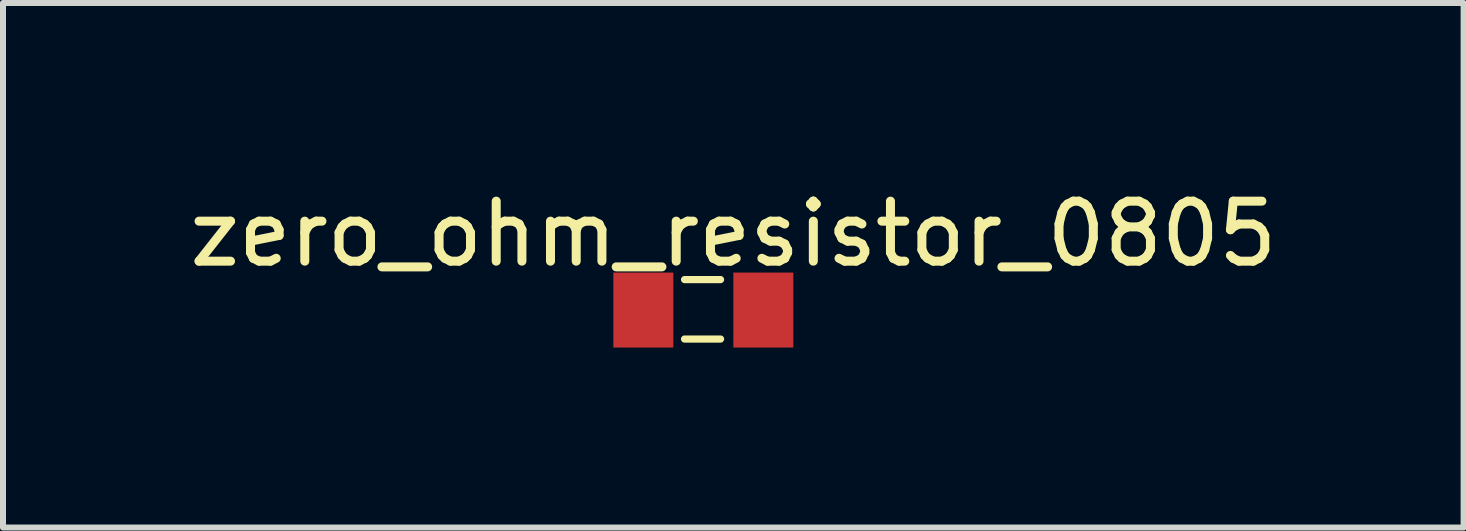
<source format=kicad_pcb>
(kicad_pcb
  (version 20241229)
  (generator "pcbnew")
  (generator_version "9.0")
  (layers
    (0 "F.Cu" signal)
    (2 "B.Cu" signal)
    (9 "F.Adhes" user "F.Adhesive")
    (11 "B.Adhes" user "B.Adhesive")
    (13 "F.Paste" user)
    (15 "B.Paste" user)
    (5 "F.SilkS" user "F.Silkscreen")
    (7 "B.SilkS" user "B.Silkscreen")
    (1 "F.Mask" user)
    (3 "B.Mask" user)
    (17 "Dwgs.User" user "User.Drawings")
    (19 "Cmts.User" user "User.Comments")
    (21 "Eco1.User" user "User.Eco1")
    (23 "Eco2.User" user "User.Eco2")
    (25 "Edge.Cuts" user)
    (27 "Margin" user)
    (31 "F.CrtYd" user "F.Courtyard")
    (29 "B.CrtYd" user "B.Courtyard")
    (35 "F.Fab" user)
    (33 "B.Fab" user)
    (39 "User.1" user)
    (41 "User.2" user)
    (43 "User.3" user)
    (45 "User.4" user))
  (footprint "zero_ohm_resistor_0805"
    (layer "F.Cu")
    (at 9.173 2.118)
    (property "Reference" "zero_ohm_resistor_0805" (at 0 -1.27 0) (unlocked yes) (layer "F.SilkS") (effects (font (size 1 1) (thickness 0.15))))
    (attr smd)
    (fp_line (start -0.813 -0.508) (end -0.213 -0.508) (stroke (width 0.12) (type solid)) (layer "F.SilkS"))
    (fp_line (start -0.813 0.483) (end -0.213 0.483) (stroke (width 0.12) (type solid)) (layer "F.SilkS"))
    (pad "1" smd custom (at -1.5 0) (size 1 1.25) (layers "F.Cu" "F.Mask" "F.Paste") (options (anchor rect)) (primitives (gr_poly (pts (xy 1.5 -0.625) (xy 1.5 0.625) (xy 2.5 0.625) (xy 2.5 -0.625)) (width 0) (fill yes)))))
  (gr_rect
    (start -3 -3)
    (end 21.345 5.743)
    (stroke (width 0.1) (type default))
    (fill no)
    (layer "Edge.Cuts")))
</source>
